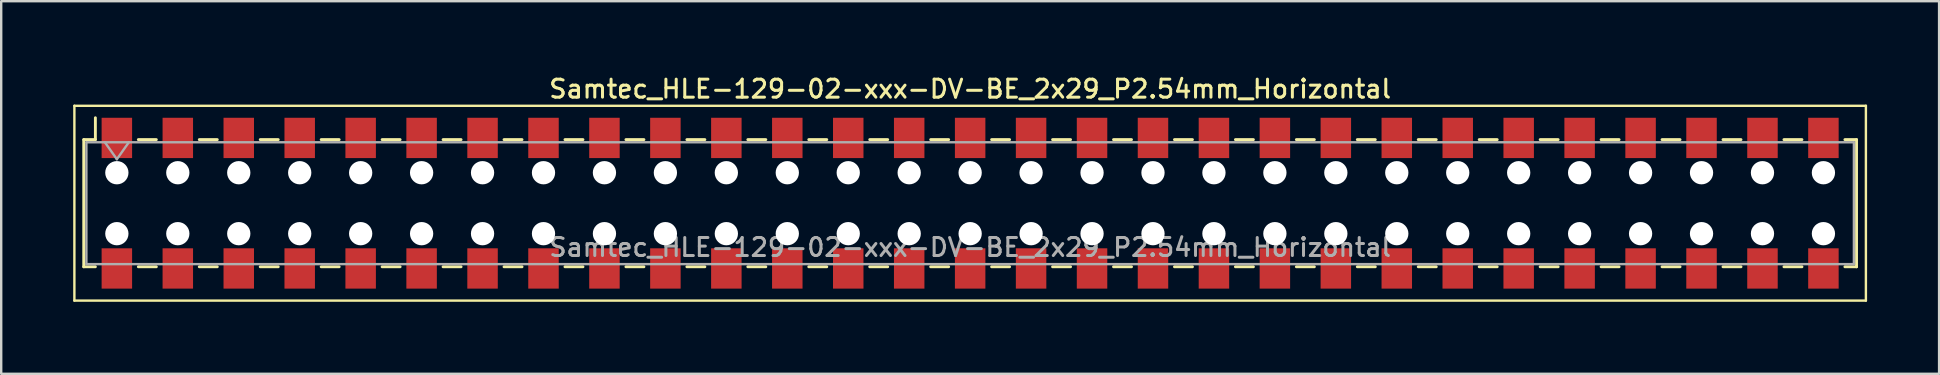
<source format=kicad_pcb>
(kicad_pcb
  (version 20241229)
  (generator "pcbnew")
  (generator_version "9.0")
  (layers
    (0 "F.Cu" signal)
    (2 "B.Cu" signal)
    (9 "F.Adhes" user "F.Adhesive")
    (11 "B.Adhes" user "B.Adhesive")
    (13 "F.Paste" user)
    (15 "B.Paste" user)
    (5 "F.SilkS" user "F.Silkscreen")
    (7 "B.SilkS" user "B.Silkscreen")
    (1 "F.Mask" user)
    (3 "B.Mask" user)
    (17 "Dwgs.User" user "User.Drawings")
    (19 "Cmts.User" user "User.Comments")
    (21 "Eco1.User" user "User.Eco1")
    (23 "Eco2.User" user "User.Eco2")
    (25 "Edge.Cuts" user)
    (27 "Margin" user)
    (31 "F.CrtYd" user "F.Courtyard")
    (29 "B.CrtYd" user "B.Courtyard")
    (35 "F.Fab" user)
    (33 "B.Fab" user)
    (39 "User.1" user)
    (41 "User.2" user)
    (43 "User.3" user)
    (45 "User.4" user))
  (footprint "Samtec_HLE-129-02-xxx-DV-BE_2x29_P2.54mm_Horizontal"
    (layer "F.Cu")
    (at 37.38 5.418)
    (property "Reference" "Samtec_HLE-129-02-xxx-DV-BE_2x29_P2.54mm_Horizontal" (at 0 -4.76 0) (layer "F.SilkS") (effects (font (size 0.75 0.75) (thickness 0.125))))
    (attr smd)
    (fp_line (start -37.33 -4.06) (end 37.33 -4.06) (stroke (width 0.1) (type solid)) (layer "F.SilkS"))
    (fp_line (start -37.33 4.06) (end -37.33 -4.06) (stroke (width 0.1) (type solid)) (layer "F.SilkS"))
    (fp_line (start -36.94 -2.65) (end -36.94 2.65) (stroke (width 0.12) (type solid)) (layer "F.SilkS"))
    (fp_line (start -36.94 2.65) (end -36.455 2.65) (stroke (width 0.12) (type solid)) (layer "F.SilkS"))
    (fp_line (start -36.455 -3.56) (end -36.455 -2.65) (stroke (width 0.12) (type solid)) (layer "F.SilkS"))
    (fp_line (start -36.455 -2.65) (end -36.94 -2.65) (stroke (width 0.12) (type solid)) (layer "F.SilkS"))
    (fp_line (start -34.665 -2.65) (end -33.915 -2.65) (stroke (width 0.12) (type solid)) (layer "F.SilkS"))
    (fp_line (start -34.665 2.65) (end -33.915 2.65) (stroke (width 0.12) (type solid)) (layer "F.SilkS"))
    (fp_line (start -32.125 -2.65) (end -31.375 -2.65) (stroke (width 0.12) (type solid)) (layer "F.SilkS"))
    (fp_line (start -32.125 2.65) (end -31.375 2.65) (stroke (width 0.12) (type solid)) (layer "F.SilkS"))
    (fp_line (start -29.585 -2.65) (end -28.835 -2.65) (stroke (width 0.12) (type solid)) (layer "F.SilkS"))
    (fp_line (start -29.585 2.65) (end -28.835 2.65) (stroke (width 0.12) (type solid)) (layer "F.SilkS"))
    (fp_line (start -27.045 -2.65) (end -26.295 -2.65) (stroke (width 0.12) (type solid)) (layer "F.SilkS"))
    (fp_line (start -27.045 2.65) (end -26.295 2.65) (stroke (width 0.12) (type solid)) (layer "F.SilkS"))
    (fp_line (start -24.505 -2.65) (end -23.755 -2.65) (stroke (width 0.12) (type solid)) (layer "F.SilkS"))
    (fp_line (start -24.505 2.65) (end -23.755 2.65) (stroke (width 0.12) (type solid)) (layer "F.SilkS"))
    (fp_line (start -21.965 -2.65) (end -21.215 -2.65) (stroke (width 0.12) (type solid)) (layer "F.SilkS"))
    (fp_line (start -21.965 2.65) (end -21.215 2.65) (stroke (width 0.12) (type solid)) (layer "F.SilkS"))
    (fp_line (start -19.425 -2.65) (end -18.675 -2.65) (stroke (width 0.12) (type solid)) (layer "F.SilkS"))
    (fp_line (start -19.425 2.65) (end -18.675 2.65) (stroke (width 0.12) (type solid)) (layer "F.SilkS"))
    (fp_line (start -16.885 -2.65) (end -16.135 -2.65) (stroke (width 0.12) (type solid)) (layer "F.SilkS"))
    (fp_line (start -16.885 2.65) (end -16.135 2.65) (stroke (width 0.12) (type solid)) (layer "F.SilkS"))
    (fp_line (start -14.345 -2.65) (end -13.595 -2.65) (stroke (width 0.12) (type solid)) (layer "F.SilkS"))
    (fp_line (start -14.345 2.65) (end -13.595 2.65) (stroke (width 0.12) (type solid)) (layer "F.SilkS"))
    (fp_line (start -11.805 -2.65) (end -11.055 -2.65) (stroke (width 0.12) (type solid)) (layer "F.SilkS"))
    (fp_line (start -11.805 2.65) (end -11.055 2.65) (stroke (width 0.12) (type solid)) (layer "F.SilkS"))
    (fp_line (start -9.265 -2.65) (end -8.515 -2.65) (stroke (width 0.12) (type solid)) (layer "F.SilkS"))
    (fp_line (start -9.265 2.65) (end -8.515 2.65) (stroke (width 0.12) (type solid)) (layer "F.SilkS"))
    (fp_line (start -6.725 -2.65) (end -5.975 -2.65) (stroke (width 0.12) (type solid)) (layer "F.SilkS"))
    (fp_line (start -6.725 2.65) (end -5.975 2.65) (stroke (width 0.12) (type solid)) (layer "F.SilkS"))
    (fp_line (start -4.185 -2.65) (end -3.435 -2.65) (stroke (width 0.12) (type solid)) (layer "F.SilkS"))
    (fp_line (start -4.185 2.65) (end -3.435 2.65) (stroke (width 0.12) (type solid)) (layer "F.SilkS"))
    (fp_line (start -1.645 -2.65) (end -0.895 -2.65) (stroke (width 0.12) (type solid)) (layer "F.SilkS"))
    (fp_line (start -1.645 2.65) (end -0.895 2.65) (stroke (width 0.12) (type solid)) (layer "F.SilkS"))
    (fp_line (start 0.895 -2.65) (end 1.645 -2.65) (stroke (width 0.12) (type solid)) (layer "F.SilkS"))
    (fp_line (start 0.895 2.65) (end 1.645 2.65) (stroke (width 0.12) (type solid)) (layer "F.SilkS"))
    (fp_line (start 3.435 -2.65) (end 4.185 -2.65) (stroke (width 0.12) (type solid)) (layer "F.SilkS"))
    (fp_line (start 3.435 2.65) (end 4.185 2.65) (stroke (width 0.12) (type solid)) (layer "F.SilkS"))
    (fp_line (start 5.975 -2.65) (end 6.725 -2.65) (stroke (width 0.12) (type solid)) (layer "F.SilkS"))
    (fp_line (start 5.975 2.65) (end 6.725 2.65) (stroke (width 0.12) (type solid)) (layer "F.SilkS"))
    (fp_line (start 8.515 -2.65) (end 9.265 -2.65) (stroke (width 0.12) (type solid)) (layer "F.SilkS"))
    (fp_line (start 8.515 2.65) (end 9.265 2.65) (stroke (width 0.12) (type solid)) (layer "F.SilkS"))
    (fp_line (start 11.055 -2.65) (end 11.805 -2.65) (stroke (width 0.12) (type solid)) (layer "F.SilkS"))
    (fp_line (start 11.055 2.65) (end 11.805 2.65) (stroke (width 0.12) (type solid)) (layer "F.SilkS"))
    (fp_line (start 13.595 -2.65) (end 14.345 -2.65) (stroke (width 0.12) (type solid)) (layer "F.SilkS"))
    (fp_line (start 13.595 2.65) (end 14.345 2.65) (stroke (width 0.12) (type solid)) (layer "F.SilkS"))
    (fp_line (start 16.135 -2.65) (end 16.885 -2.65) (stroke (width 0.12) (type solid)) (layer "F.SilkS"))
    (fp_line (start 16.135 2.65) (end 16.885 2.65) (stroke (width 0.12) (type solid)) (layer "F.SilkS"))
    (fp_line (start 18.675 -2.65) (end 19.425 -2.65) (stroke (width 0.12) (type solid)) (layer "F.SilkS"))
    (fp_line (start 18.675 2.65) (end 19.425 2.65) (stroke (width 0.12) (type solid)) (layer "F.SilkS"))
    (fp_line (start 21.215 -2.65) (end 21.965 -2.65) (stroke (width 0.12) (type solid)) (layer "F.SilkS"))
    (fp_line (start 21.215 2.65) (end 21.965 2.65) (stroke (width 0.12) (type solid)) (layer "F.SilkS"))
    (fp_line (start 23.755 -2.65) (end 24.505 -2.65) (stroke (width 0.12) (type solid)) (layer "F.SilkS"))
    (fp_line (start 23.755 2.65) (end 24.505 2.65) (stroke (width 0.12) (type solid)) (layer "F.SilkS"))
    (fp_line (start 26.295 -2.65) (end 27.045 -2.65) (stroke (width 0.12) (type solid)) (layer "F.SilkS"))
    (fp_line (start 26.295 2.65) (end 27.045 2.65) (stroke (width 0.12) (type solid)) (layer "F.SilkS"))
    (fp_line (start 28.835 -2.65) (end 29.585 -2.65) (stroke (width 0.12) (type solid)) (layer "F.SilkS"))
    (fp_line (start 28.835 2.65) (end 29.585 2.65) (stroke (width 0.12) (type solid)) (layer "F.SilkS"))
    (fp_line (start 31.375 -2.65) (end 32.125 -2.65) (stroke (width 0.12) (type solid)) (layer "F.SilkS"))
    (fp_line (start 31.375 2.65) (end 32.125 2.65) (stroke (width 0.12) (type solid)) (layer "F.SilkS"))
    (fp_line (start 33.915 -2.65) (end 34.665 -2.65) (stroke (width 0.12) (type solid)) (layer "F.SilkS"))
    (fp_line (start 33.915 2.65) (end 34.665 2.65) (stroke (width 0.12) (type solid)) (layer "F.SilkS"))
    (fp_line (start 36.455 -2.65) (end 36.94 -2.65) (stroke (width 0.12) (type solid)) (layer "F.SilkS"))
    (fp_line (start 36.94 -2.65) (end 36.94 2.65) (stroke (width 0.12) (type solid)) (layer "F.SilkS"))
    (fp_line (start 36.94 2.65) (end 36.455 2.65) (stroke (width 0.12) (type solid)) (layer "F.SilkS"))
    (fp_line (start 37.33 -4.06) (end 37.33 4.06) (stroke (width 0.1) (type solid)) (layer "F.SilkS"))
    (fp_line (start 37.33 4.06) (end -37.33 4.06) (stroke (width 0.1) (type solid)) (layer "F.SilkS"))
    (fp_line (start -36.83 -2.54) (end 36.83 -2.54) (stroke (width 0.1) (type solid)) (layer "F.Fab"))
    (fp_line (start -36.83 2.54) (end -36.83 -2.54) (stroke (width 0.1) (type solid)) (layer "F.Fab"))
    (fp_line (start -36.06 -2.54) (end -35.56 -1.833) (stroke (width 0.1) (type solid)) (layer "F.Fab"))
    (fp_line (start -35.56 -1.833) (end -35.06 -2.54) (stroke (width 0.1) (type solid)) (layer "F.Fab"))
    (fp_line (start 36.83 -2.54) (end 36.83 2.54) (stroke (width 0.1) (type solid)) (layer "F.Fab"))
    (fp_line (start 36.83 2.54) (end -36.83 2.54) (stroke (width 0.1) (type solid)) (layer "F.Fab"))
    (fp_text user "${REFERENCE}" (at 0 1.84 0) (layer "F.Fab") (effects (font (size 0.75 0.75) (thickness 0.125))))
    (pad "" np_thru_hole circle (at -35.56 -1.27) (size 0.97 0.97) (drill 0.97) (layers "*.Cu" "*.Mask"))
    (pad "" np_thru_hole circle (at -35.56 1.27) (size 0.97 0.97) (drill 0.97) (layers "*.Cu" "*.Mask"))
    (pad "" np_thru_hole circle (at -33.02 -1.27) (size 0.97 0.97) (drill 0.97) (layers "*.Cu" "*.Mask"))
    (pad "" np_thru_hole circle (at -33.02 1.27) (size 0.97 0.97) (drill 0.97) (layers "*.Cu" "*.Mask"))
    (pad "" np_thru_hole circle (at -30.48 -1.27) (size 0.97 0.97) (drill 0.97) (layers "*.Cu" "*.Mask"))
    (pad "" np_thru_hole circle (at -30.48 1.27) (size 0.97 0.97) (drill 0.97) (layers "*.Cu" "*.Mask"))
    (pad "" np_thru_hole circle (at -27.94 -1.27) (size 0.97 0.97) (drill 0.97) (layers "*.Cu" "*.Mask"))
    (pad "" np_thru_hole circle (at -27.94 1.27) (size 0.97 0.97) (drill 0.97) (layers "*.Cu" "*.Mask"))
    (pad "" np_thru_hole circle (at -25.4 -1.27) (size 0.97 0.97) (drill 0.97) (layers "*.Cu" "*.Mask"))
    (pad "" np_thru_hole circle (at -25.4 1.27) (size 0.97 0.97) (drill 0.97) (layers "*.Cu" "*.Mask"))
    (pad "" np_thru_hole circle (at -22.86 -1.27) (size 0.97 0.97) (drill 0.97) (layers "*.Cu" "*.Mask"))
    (pad "" np_thru_hole circle (at -22.86 1.27) (size 0.97 0.97) (drill 0.97) (layers "*.Cu" "*.Mask"))
    (pad "" np_thru_hole circle (at -20.32 -1.27) (size 0.97 0.97) (drill 0.97) (layers "*.Cu" "*.Mask"))
    (pad "" np_thru_hole circle (at -20.32 1.27) (size 0.97 0.97) (drill 0.97) (layers "*.Cu" "*.Mask"))
    (pad "" np_thru_hole circle (at -17.78 -1.27) (size 0.97 0.97) (drill 0.97) (layers "*.Cu" "*.Mask"))
    (pad "" np_thru_hole circle (at -17.78 1.27) (size 0.97 0.97) (drill 0.97) (layers "*.Cu" "*.Mask"))
    (pad "" np_thru_hole circle (at -15.24 -1.27) (size 0.97 0.97) (drill 0.97) (layers "*.Cu" "*.Mask"))
    (pad "" np_thru_hole circle (at -15.24 1.27) (size 0.97 0.97) (drill 0.97) (layers "*.Cu" "*.Mask"))
    (pad "" np_thru_hole circle (at -12.7 -1.27) (size 0.97 0.97) (drill 0.97) (layers "*.Cu" "*.Mask"))
    (pad "" np_thru_hole circle (at -12.7 1.27) (size 0.97 0.97) (drill 0.97) (layers "*.Cu" "*.Mask"))
    (pad "" np_thru_hole circle (at -10.16 -1.27) (size 0.97 0.97) (drill 0.97) (layers "*.Cu" "*.Mask"))
    (pad "" np_thru_hole circle (at -10.16 1.27) (size 0.97 0.97) (drill 0.97) (layers "*.Cu" "*.Mask"))
    (pad "" np_thru_hole circle (at -7.62 -1.27) (size 0.97 0.97) (drill 0.97) (layers "*.Cu" "*.Mask"))
    (pad "" np_thru_hole circle (at -7.62 1.27) (size 0.97 0.97) (drill 0.97) (layers "*.Cu" "*.Mask"))
    (pad "" np_thru_hole circle (at -5.08 -1.27) (size 0.97 0.97) (drill 0.97) (layers "*.Cu" "*.Mask"))
    (pad "" np_thru_hole circle (at -5.08 1.27) (size 0.97 0.97) (drill 0.97) (layers "*.Cu" "*.Mask"))
    (pad "" np_thru_hole circle (at -2.54 -1.27) (size 0.97 0.97) (drill 0.97) (layers "*.Cu" "*.Mask"))
    (pad "" np_thru_hole circle (at -2.54 1.27) (size 0.97 0.97) (drill 0.97) (layers "*.Cu" "*.Mask"))
    (pad "" np_thru_hole circle (at 0 -1.27) (size 0.97 0.97) (drill 0.97) (layers "*.Cu" "*.Mask"))
    (pad "" np_thru_hole circle (at 0 1.27) (size 0.97 0.97) (drill 0.97) (layers "*.Cu" "*.Mask"))
    (pad "" np_thru_hole circle (at 2.54 -1.27) (size 0.97 0.97) (drill 0.97) (layers "*.Cu" "*.Mask"))
    (pad "" np_thru_hole circle (at 2.54 1.27) (size 0.97 0.97) (drill 0.97) (layers "*.Cu" "*.Mask"))
    (pad "" np_thru_hole circle (at 5.08 -1.27) (size 0.97 0.97) (drill 0.97) (layers "*.Cu" "*.Mask"))
    (pad "" np_thru_hole circle (at 5.08 1.27) (size 0.97 0.97) (drill 0.97) (layers "*.Cu" "*.Mask"))
    (pad "" np_thru_hole circle (at 7.62 -1.27) (size 0.97 0.97) (drill 0.97) (layers "*.Cu" "*.Mask"))
    (pad "" np_thru_hole circle (at 7.62 1.27) (size 0.97 0.97) (drill 0.97) (layers "*.Cu" "*.Mask"))
    (pad "" np_thru_hole circle (at 10.16 -1.27) (size 0.97 0.97) (drill 0.97) (layers "*.Cu" "*.Mask"))
    (pad "" np_thru_hole circle (at 10.16 1.27) (size 0.97 0.97) (drill 0.97) (layers "*.Cu" "*.Mask"))
    (pad "" np_thru_hole circle (at 12.7 -1.27) (size 0.97 0.97) (drill 0.97) (layers "*.Cu" "*.Mask"))
    (pad "" np_thru_hole circle (at 12.7 1.27) (size 0.97 0.97) (drill 0.97) (layers "*.Cu" "*.Mask"))
    (pad "" np_thru_hole circle (at 15.24 -1.27) (size 0.97 0.97) (drill 0.97) (layers "*.Cu" "*.Mask"))
    (pad "" np_thru_hole circle (at 15.24 1.27) (size 0.97 0.97) (drill 0.97) (layers "*.Cu" "*.Mask"))
    (pad "" np_thru_hole circle (at 17.78 -1.27) (size 0.97 0.97) (drill 0.97) (layers "*.Cu" "*.Mask"))
    (pad "" np_thru_hole circle (at 17.78 1.27) (size 0.97 0.97) (drill 0.97) (layers "*.Cu" "*.Mask"))
    (pad "" np_thru_hole circle (at 20.32 -1.27) (size 0.97 0.97) (drill 0.97) (layers "*.Cu" "*.Mask"))
    (pad "" np_thru_hole circle (at 20.32 1.27) (size 0.97 0.97) (drill 0.97) (layers "*.Cu" "*.Mask"))
    (pad "" np_thru_hole circle (at 22.86 -1.27) (size 0.97 0.97) (drill 0.97) (layers "*.Cu" "*.Mask"))
    (pad "" np_thru_hole circle (at 22.86 1.27) (size 0.97 0.97) (drill 0.97) (layers "*.Cu" "*.Mask"))
    (pad "" np_thru_hole circle (at 25.4 -1.27) (size 0.97 0.97) (drill 0.97) (layers "*.Cu" "*.Mask"))
    (pad "" np_thru_hole circle (at 25.4 1.27) (size 0.97 0.97) (drill 0.97) (layers "*.Cu" "*.Mask"))
    (pad "" np_thru_hole circle (at 27.94 -1.27) (size 0.97 0.97) (drill 0.97) (layers "*.Cu" "*.Mask"))
    (pad "" np_thru_hole circle (at 27.94 1.27) (size 0.97 0.97) (drill 0.97) (layers "*.Cu" "*.Mask"))
    (pad "" np_thru_hole circle (at 30.48 -1.27) (size 0.97 0.97) (drill 0.97) (layers "*.Cu" "*.Mask"))
    (pad "" np_thru_hole circle (at 30.48 1.27) (size 0.97 0.97) (drill 0.97) (layers "*.Cu" "*.Mask"))
    (pad "" np_thru_hole circle (at 33.02 -1.27) (size 0.97 0.97) (drill 0.97) (layers "*.Cu" "*.Mask"))
    (pad "" np_thru_hole circle (at 33.02 1.27) (size 0.97 0.97) (drill 0.97) (layers "*.Cu" "*.Mask"))
    (pad "" np_thru_hole circle (at 35.56 -1.27) (size 0.97 0.97) (drill 0.97) (layers "*.Cu" "*.Mask"))
    (pad "" np_thru_hole circle (at 35.56 1.27) (size 0.97 0.97) (drill 0.97) (layers "*.Cu" "*.Mask"))
    (pad "1" smd rect (at -35.56 -2.72) (size 1.27 1.68) (layers "F.Cu" "F.Mask" "F.Paste"))
    (pad "2" smd rect (at -35.56 2.72) (size 1.27 1.68) (layers "F.Cu" "F.Mask" "F.Paste"))
    (pad "3" smd rect (at -33.02 -2.72) (size 1.27 1.68) (layers "F.Cu" "F.Mask" "F.Paste"))
    (pad "4" smd rect (at -33.02 2.72) (size 1.27 1.68) (layers "F.Cu" "F.Mask" "F.Paste"))
    (pad "5" smd rect (at -30.48 -2.72) (size 1.27 1.68) (layers "F.Cu" "F.Mask" "F.Paste"))
    (pad "6" smd rect (at -30.48 2.72) (size 1.27 1.68) (layers "F.Cu" "F.Mask" "F.Paste"))
    (pad "7" smd rect (at -27.94 -2.72) (size 1.27 1.68) (layers "F.Cu" "F.Mask" "F.Paste"))
    (pad "8" smd rect (at -27.94 2.72) (size 1.27 1.68) (layers "F.Cu" "F.Mask" "F.Paste"))
    (pad "9" smd rect (at -25.4 -2.72) (size 1.27 1.68) (layers "F.Cu" "F.Mask" "F.Paste"))
    (pad "10" smd rect (at -25.4 2.72) (size 1.27 1.68) (layers "F.Cu" "F.Mask" "F.Paste"))
    (pad "11" smd rect (at -22.86 -2.72) (size 1.27 1.68) (layers "F.Cu" "F.Mask" "F.Paste"))
    (pad "12" smd rect (at -22.86 2.72) (size 1.27 1.68) (layers "F.Cu" "F.Mask" "F.Paste"))
    (pad "13" smd rect (at -20.32 -2.72) (size 1.27 1.68) (layers "F.Cu" "F.Mask" "F.Paste"))
    (pad "14" smd rect (at -20.32 2.72) (size 1.27 1.68) (layers "F.Cu" "F.Mask" "F.Paste"))
    (pad "15" smd rect (at -17.78 -2.72) (size 1.27 1.68) (layers "F.Cu" "F.Mask" "F.Paste"))
    (pad "16" smd rect (at -17.78 2.72) (size 1.27 1.68) (layers "F.Cu" "F.Mask" "F.Paste"))
    (pad "17" smd rect (at -15.24 -2.72) (size 1.27 1.68) (layers "F.Cu" "F.Mask" "F.Paste"))
    (pad "18" smd rect (at -15.24 2.72) (size 1.27 1.68) (layers "F.Cu" "F.Mask" "F.Paste"))
    (pad "19" smd rect (at -12.7 -2.72) (size 1.27 1.68) (layers "F.Cu" "F.Mask" "F.Paste"))
    (pad "20" smd rect (at -12.7 2.72) (size 1.27 1.68) (layers "F.Cu" "F.Mask" "F.Paste"))
    (pad "21" smd rect (at -10.16 -2.72) (size 1.27 1.68) (layers "F.Cu" "F.Mask" "F.Paste"))
    (pad "22" smd rect (at -10.16 2.72) (size 1.27 1.68) (layers "F.Cu" "F.Mask" "F.Paste"))
    (pad "23" smd rect (at -7.62 -2.72) (size 1.27 1.68) (layers "F.Cu" "F.Mask" "F.Paste"))
    (pad "24" smd rect (at -7.62 2.72) (size 1.27 1.68) (layers "F.Cu" "F.Mask" "F.Paste"))
    (pad "25" smd rect (at -5.08 -2.72) (size 1.27 1.68) (layers "F.Cu" "F.Mask" "F.Paste"))
    (pad "26" smd rect (at -5.08 2.72) (size 1.27 1.68) (layers "F.Cu" "F.Mask" "F.Paste"))
    (pad "27" smd rect (at -2.54 -2.72) (size 1.27 1.68) (layers "F.Cu" "F.Mask" "F.Paste"))
    (pad "28" smd rect (at -2.54 2.72) (size 1.27 1.68) (layers "F.Cu" "F.Mask" "F.Paste"))
    (pad "29" smd rect (at 0 -2.72) (size 1.27 1.68) (layers "F.Cu" "F.Mask" "F.Paste"))
    (pad "30" smd rect (at 0 2.72) (size 1.27 1.68) (layers "F.Cu" "F.Mask" "F.Paste"))
    (pad "31" smd rect (at 2.54 -2.72) (size 1.27 1.68) (layers "F.Cu" "F.Mask" "F.Paste"))
    (pad "32" smd rect (at 2.54 2.72) (size 1.27 1.68) (layers "F.Cu" "F.Mask" "F.Paste"))
    (pad "33" smd rect (at 5.08 -2.72) (size 1.27 1.68) (layers "F.Cu" "F.Mask" "F.Paste"))
    (pad "34" smd rect (at 5.08 2.72) (size 1.27 1.68) (layers "F.Cu" "F.Mask" "F.Paste"))
    (pad "35" smd rect (at 7.62 -2.72) (size 1.27 1.68) (layers "F.Cu" "F.Mask" "F.Paste"))
    (pad "36" smd rect (at 7.62 2.72) (size 1.27 1.68) (layers "F.Cu" "F.Mask" "F.Paste"))
    (pad "37" smd rect (at 10.16 -2.72) (size 1.27 1.68) (layers "F.Cu" "F.Mask" "F.Paste"))
    (pad "38" smd rect (at 10.16 2.72) (size 1.27 1.68) (layers "F.Cu" "F.Mask" "F.Paste"))
    (pad "39" smd rect (at 12.7 -2.72) (size 1.27 1.68) (layers "F.Cu" "F.Mask" "F.Paste"))
    (pad "40" smd rect (at 12.7 2.72) (size 1.27 1.68) (layers "F.Cu" "F.Mask" "F.Paste"))
    (pad "41" smd rect (at 15.24 -2.72) (size 1.27 1.68) (layers "F.Cu" "F.Mask" "F.Paste"))
    (pad "42" smd rect (at 15.24 2.72) (size 1.27 1.68) (layers "F.Cu" "F.Mask" "F.Paste"))
    (pad "43" smd rect (at 17.78 -2.72) (size 1.27 1.68) (layers "F.Cu" "F.Mask" "F.Paste"))
    (pad "44" smd rect (at 17.78 2.72) (size 1.27 1.68) (layers "F.Cu" "F.Mask" "F.Paste"))
    (pad "45" smd rect (at 20.32 -2.72) (size 1.27 1.68) (layers "F.Cu" "F.Mask" "F.Paste"))
    (pad "46" smd rect (at 20.32 2.72) (size 1.27 1.68) (layers "F.Cu" "F.Mask" "F.Paste"))
    (pad "47" smd rect (at 22.86 -2.72) (size 1.27 1.68) (layers "F.Cu" "F.Mask" "F.Paste"))
    (pad "48" smd rect (at 22.86 2.72) (size 1.27 1.68) (layers "F.Cu" "F.Mask" "F.Paste"))
    (pad "49" smd rect (at 25.4 -2.72) (size 1.27 1.68) (layers "F.Cu" "F.Mask" "F.Paste"))
    (pad "50" smd rect (at 25.4 2.72) (size 1.27 1.68) (layers "F.Cu" "F.Mask" "F.Paste"))
    (pad "51" smd rect (at 27.94 -2.72) (size 1.27 1.68) (layers "F.Cu" "F.Mask" "F.Paste"))
    (pad "52" smd rect (at 27.94 2.72) (size 1.27 1.68) (layers "F.Cu" "F.Mask" "F.Paste"))
    (pad "53" smd rect (at 30.48 -2.72) (size 1.27 1.68) (layers "F.Cu" "F.Mask" "F.Paste"))
    (pad "54" smd rect (at 30.48 2.72) (size 1.27 1.68) (layers "F.Cu" "F.Mask" "F.Paste"))
    (pad "55" smd rect (at 33.02 -2.72) (size 1.27 1.68) (layers "F.Cu" "F.Mask" "F.Paste"))
    (pad "56" smd rect (at 33.02 2.72) (size 1.27 1.68) (layers "F.Cu" "F.Mask" "F.Paste"))
    (pad "57" smd rect (at 35.56 -2.72) (size 1.27 1.68) (layers "F.Cu" "F.Mask" "F.Paste"))
    (pad "58" smd rect (at 35.56 2.72) (size 1.27 1.68) (layers "F.Cu" "F.Mask" "F.Paste")))
  (gr_rect
    (start -3 -3)
    (end 77.76 12.528)
    (stroke (width 0.1) (type default))
    (fill no)
    (layer "Edge.Cuts")))
</source>
